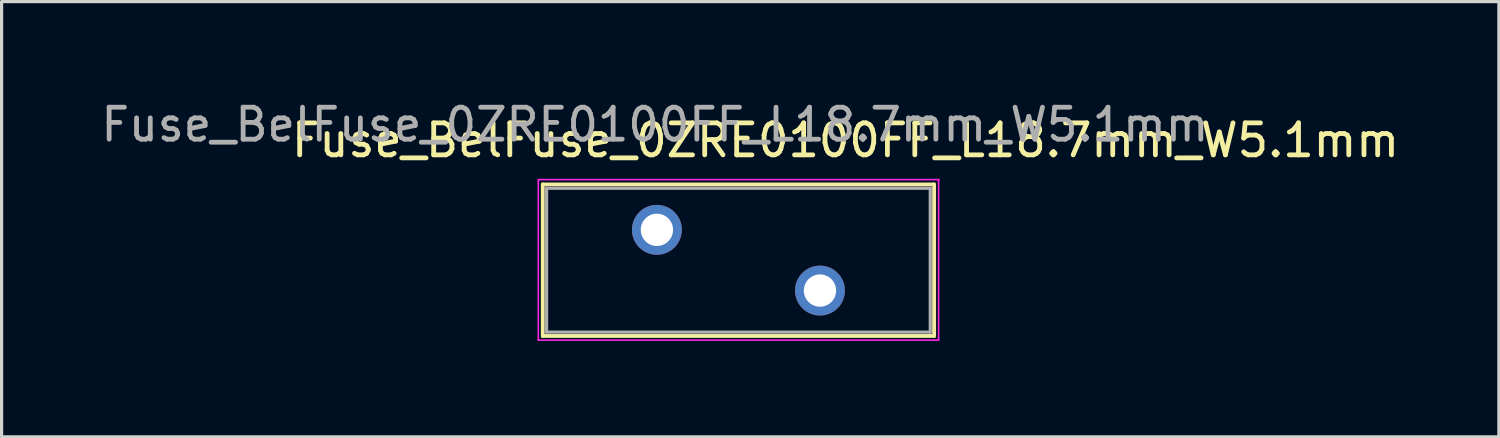
<source format=kicad_pcb>
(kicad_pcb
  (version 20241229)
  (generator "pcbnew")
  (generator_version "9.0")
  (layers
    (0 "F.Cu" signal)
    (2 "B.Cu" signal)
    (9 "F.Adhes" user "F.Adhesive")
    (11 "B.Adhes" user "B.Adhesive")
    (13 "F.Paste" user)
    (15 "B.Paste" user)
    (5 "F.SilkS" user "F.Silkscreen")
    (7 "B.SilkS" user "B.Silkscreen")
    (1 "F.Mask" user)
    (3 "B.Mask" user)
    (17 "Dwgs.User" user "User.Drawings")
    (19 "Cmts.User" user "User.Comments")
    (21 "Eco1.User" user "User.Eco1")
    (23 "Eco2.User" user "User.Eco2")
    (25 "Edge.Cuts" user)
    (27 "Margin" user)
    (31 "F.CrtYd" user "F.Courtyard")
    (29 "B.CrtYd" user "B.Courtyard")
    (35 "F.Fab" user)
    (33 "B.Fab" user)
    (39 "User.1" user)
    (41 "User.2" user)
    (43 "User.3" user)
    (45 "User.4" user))
  (footprint "Fuse_BelFuse_0ZRE0100FF_L18.7mm_W5.1mm"
    (layer "F.Cu")
    (at 17.495 4.138)
    (property "Reference" "Fuse_BelFuse_0ZRE0100FF_L18.7mm_W5.1mm" (at 5.9 -2.8 0) (layer "F.SilkS") (effects (font (size 1 1) (thickness 0.15))))
    (attr through_hole)
    (fp_line (start -3.57 -1.42) (end -3.57 3.32) (stroke (width 0.12) (type solid)) (layer "F.SilkS"))
    (fp_line (start -3.57 -1.42) (end 8.67 -1.42) (stroke (width 0.12) (type solid)) (layer "F.SilkS"))
    (fp_line (start -3.57 3.32) (end 8.67 3.32) (stroke (width 0.12) (type solid)) (layer "F.SilkS"))
    (fp_line (start 8.67 -1.42) (end 8.67 3.32) (stroke (width 0.12) (type solid)) (layer "F.SilkS"))
    (fp_line (start -3.71 -1.57) (end -3.71 3.45) (stroke (width 0.05) (type solid)) (layer "F.CrtYd"))
    (fp_line (start -3.71 3.45) (end 8.81 3.45) (stroke (width 0.05) (type solid)) (layer "F.CrtYd"))
    (fp_line (start -3.7 -1.57) (end 8.82 -1.57) (stroke (width 0.05) (type solid)) (layer "F.CrtYd"))
    (fp_line (start 8.81 -1.57) (end 8.81 3.45) (stroke (width 0.05) (type solid)) (layer "F.CrtYd"))
    (fp_line (start -3.45 -1.3) (end -3.45 3.2) (stroke (width 0.1) (type solid)) (layer "F.Fab"))
    (fp_line (start -3.45 -1.3) (end 8.55 -1.3) (stroke (width 0.1) (type solid)) (layer "F.Fab"))
    (fp_line (start -3.45 3.2) (end 8.55 3.2) (stroke (width 0.1) (type solid)) (layer "F.Fab"))
    (fp_line (start 8.55 -1.3) (end 8.55 3.2) (stroke (width 0.1) (type solid)) (layer "F.Fab"))
    (fp_text user "${REFERENCE}" (at -0.06 -3.29 0) (layer "F.Fab") (effects (font (size 1 1) (thickness 0.15))))
    (pad "1" thru_hole circle (at 0 0) (size 1.56 1.56) (drill 1.01) (layers "*.Cu" "*.Mask"))
    (pad "2" thru_hole circle (at 5.1 1.9) (size 1.56 1.56) (drill 1.01) (layers "*.Cu" "*.Mask")))
  (gr_rect
    (start -3 -3)
    (end 43.829 10.613)
    (stroke (width 0.1) (type default))
    (fill no)
    (layer "Edge.Cuts")))
</source>
